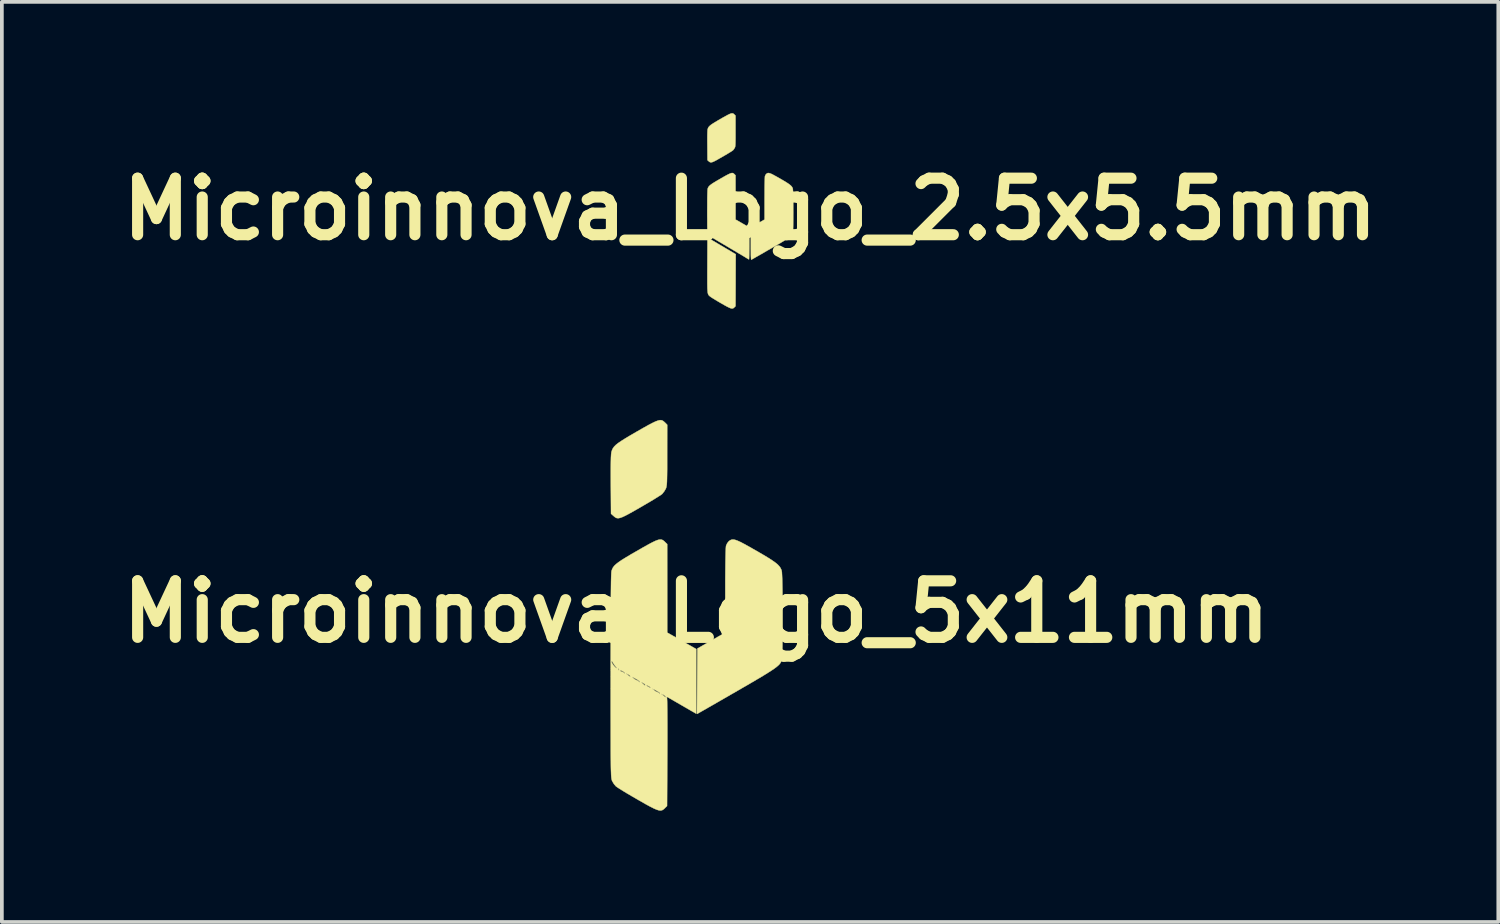
<source format=kicad_pcb>
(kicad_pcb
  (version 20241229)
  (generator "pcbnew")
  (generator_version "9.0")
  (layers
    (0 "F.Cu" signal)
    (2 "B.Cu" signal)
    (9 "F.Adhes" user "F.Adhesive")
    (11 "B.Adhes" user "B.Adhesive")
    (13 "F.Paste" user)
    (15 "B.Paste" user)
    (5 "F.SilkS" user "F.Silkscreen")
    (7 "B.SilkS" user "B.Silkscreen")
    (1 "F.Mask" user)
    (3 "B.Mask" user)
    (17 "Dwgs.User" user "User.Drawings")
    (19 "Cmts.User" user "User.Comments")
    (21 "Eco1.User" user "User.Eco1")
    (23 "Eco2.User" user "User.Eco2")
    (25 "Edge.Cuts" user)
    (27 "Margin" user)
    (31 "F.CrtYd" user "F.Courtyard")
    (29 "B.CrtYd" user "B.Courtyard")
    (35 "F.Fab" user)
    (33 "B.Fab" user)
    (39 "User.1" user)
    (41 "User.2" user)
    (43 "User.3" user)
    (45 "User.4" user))
  (footprint "Microinnova_Logo_2.5x5.5mm"
    (layer "F.Cu")
    (at 17.17 2.588)
    (property "Reference" "Microinnova_Logo_2.5x5.5mm" (at 0 0 0) (layer "F.SilkS") (effects (font (size 1.524 1.524) (thickness 0.3))))
    (attr through_hole)
    (fp_poly (pts (xy -0.767 0.991) (xy -0.386 1.216) (xy -0.387 1.264) (xy -0.387 1.283) (xy -0.387 1.321) (xy -0.387 1.377) (xy -0.388 1.447) (xy -0.388 1.531) (xy -0.388 1.626) (xy -0.389 1.731) (xy -0.389 1.842) (xy -0.389 1.959) (xy -0.389 1.964) (xy -0.392 2.616) (xy -0.423 2.647) (xy -0.44 2.663) (xy -0.457 2.673) (xy -0.476 2.678) (xy -0.5 2.677) (xy -0.53 2.669) (xy -0.569 2.652) (xy -0.618 2.628) (xy -0.68 2.594) (xy -0.757 2.55) (xy -0.794 2.529) (xy -0.863 2.489) (xy -0.928 2.45) (xy -0.985 2.415) (xy -1.033 2.385) (xy -1.067 2.362) (xy -1.087 2.347) (xy -1.087 2.347) (xy -1.1 2.335) (xy -1.111 2.324) (xy -1.12 2.311) (xy -1.128 2.297) (xy -1.134 2.279) (xy -1.14 2.256) (xy -1.144 2.225) (xy -1.147 2.187) (xy -1.15 2.138) (xy -1.151 2.078) (xy -1.152 2.005) (xy -1.152 1.917) (xy -1.152 1.813) (xy -1.152 1.692) (xy -1.151 1.552) (xy -1.151 1.497) (xy -1.148 0.766) (xy -0.767 0.991)) (stroke (width 0.01) (type solid)) (fill yes) (layer "F.SilkS"))
    (fp_poly (pts (xy -0.467 -2.581) (xy -0.449 -2.574) (xy -0.433 -2.561) (xy -0.423 -2.551) (xy -0.392 -2.52) (xy -0.392 -2.11) (xy -0.392 -2.005) (xy -0.392 -1.918) (xy -0.393 -1.849) (xy -0.394 -1.795) (xy -0.395 -1.753) (xy -0.397 -1.721) (xy -0.4 -1.697) (xy -0.403 -1.68) (xy -0.407 -1.666) (xy -0.412 -1.656) (xy -0.432 -1.622) (xy -0.457 -1.591) (xy -0.462 -1.586) (xy -0.479 -1.574) (xy -0.511 -1.552) (xy -0.557 -1.524) (xy -0.613 -1.49) (xy -0.677 -1.452) (xy -0.745 -1.412) (xy -0.751 -1.409) (xy -0.834 -1.362) (xy -0.9 -1.324) (xy -0.953 -1.296) (xy -0.994 -1.277) (xy -1.026 -1.265) (xy -1.051 -1.261) (xy -1.071 -1.263) (xy -1.089 -1.271) (xy -1.106 -1.283) (xy -1.114 -1.29) (xy -1.148 -1.321) (xy -1.151 -1.716) (xy -1.152 -1.837) (xy -1.152 -1.937) (xy -1.151 -2.017) (xy -1.149 -2.079) (xy -1.147 -2.123) (xy -1.144 -2.15) (xy -1.142 -2.155) (xy -1.134 -2.181) (xy -1.123 -2.204) (xy -1.106 -2.226) (xy -1.083 -2.249) (xy -1.051 -2.275) (xy -1.008 -2.304) (xy -0.952 -2.339) (xy -0.882 -2.381) (xy -0.801 -2.428) (xy -0.716 -2.477) (xy -0.646 -2.515) (xy -0.591 -2.545) (xy -0.548 -2.565) (xy -0.514 -2.578) (xy -0.488 -2.583) (xy -0.467 -2.581)) (stroke (width 0.01) (type solid)) (fill yes) (layer "F.SilkS"))
    (fp_poly (pts (xy -0.467 -0.973) (xy -0.449 -0.965) (xy -0.433 -0.953) (xy -0.423 -0.943) (xy -0.392 -0.912) (xy -0.391 -0.316) (xy -0.391 0.28) (xy -0.206 0.386) (xy -0.021 0.491) (xy -0.021 0.923) (xy -0.021 1.016) (xy -0.022 1.102) (xy -0.023 1.18) (xy -0.024 1.246) (xy -0.025 1.298) (xy -0.027 1.334) (xy -0.028 1.353) (xy -0.029 1.355) (xy -0.041 1.349) (xy -0.066 1.335) (xy -0.099 1.315) (xy -0.105 1.312) (xy -0.127 1.298) (xy -0.166 1.274) (xy -0.219 1.242) (xy -0.284 1.204) (xy -0.358 1.16) (xy -0.44 1.111) (xy -0.528 1.059) (xy -0.612 1.009) (xy -0.7 0.957) (xy -0.783 0.908) (xy -0.858 0.864) (xy -0.923 0.825) (xy -0.978 0.792) (xy -1.02 0.766) (xy -1.047 0.749) (xy -1.058 0.742) (xy -1.058 0.742) (xy -1.071 0.731) (xy -1.087 0.721) (xy -1.104 0.704) (xy -1.122 0.672) (xy -1.132 0.651) (xy -1.137 0.637) (xy -1.141 0.623) (xy -1.144 0.606) (xy -1.147 0.586) (xy -1.149 0.559) (xy -1.151 0.524) (xy -1.152 0.48) (xy -1.153 0.424) (xy -1.153 0.354) (xy -1.153 0.269) (xy -1.154 0.166) (xy -1.154 0.044) (xy -1.154 0.041) (xy -1.153 -0.101) (xy -1.153 -0.222) (xy -1.152 -0.323) (xy -1.15 -0.405) (xy -1.148 -0.468) (xy -1.146 -0.514) (xy -1.143 -0.542) (xy -1.142 -0.551) (xy -1.133 -0.576) (xy -1.121 -0.598) (xy -1.104 -0.62) (xy -1.08 -0.643) (xy -1.047 -0.669) (xy -1.003 -0.699) (xy -0.946 -0.734) (xy -0.874 -0.777) (xy -0.801 -0.819) (xy -0.716 -0.868) (xy -0.646 -0.907) (xy -0.591 -0.936) (xy -0.548 -0.956) (xy -0.514 -0.969) (xy -0.488 -0.974) (xy -0.467 -0.973)) (stroke (width 0.01) (type solid)) (fill yes) (layer "F.SilkS"))
    (fp_poly (pts (xy 0.522 -0.97) (xy 0.554 -0.959) (xy 0.595 -0.941) (xy 0.647 -0.913) (xy 0.713 -0.877) (xy 0.795 -0.831) (xy 0.805 -0.825) (xy 0.893 -0.774) (xy 0.964 -0.731) (xy 1.021 -0.695) (xy 1.064 -0.664) (xy 1.097 -0.637) (xy 1.12 -0.613) (xy 1.137 -0.589) (xy 1.148 -0.564) (xy 1.152 -0.553) (xy 1.154 -0.533) (xy 1.157 -0.495) (xy 1.159 -0.44) (xy 1.161 -0.372) (xy 1.162 -0.292) (xy 1.163 -0.204) (xy 1.164 -0.109) (xy 1.164 -0.01) (xy 1.165 0.09) (xy 1.164 0.189) (xy 1.164 0.284) (xy 1.163 0.374) (xy 1.162 0.455) (xy 1.16 0.525) (xy 1.158 0.582) (xy 1.156 0.623) (xy 1.154 0.646) (xy 1.153 0.647) (xy 1.147 0.665) (xy 1.139 0.683) (xy 1.127 0.7) (xy 1.111 0.719) (xy 1.087 0.739) (xy 1.056 0.763) (xy 1.016 0.791) (xy 0.965 0.823) (xy 0.902 0.862) (xy 0.825 0.908) (xy 0.734 0.961) (xy 0.626 1.024) (xy 0.557 1.064) (xy 0.462 1.118) (xy 0.373 1.17) (xy 0.29 1.218) (xy 0.216 1.26) (xy 0.152 1.296) (xy 0.101 1.326) (xy 0.063 1.347) (xy 0.041 1.359) (xy 0.036 1.362) (xy 0.032 1.361) (xy 0.029 1.353) (xy 0.027 1.337) (xy 0.025 1.311) (xy 0.023 1.274) (xy 0.022 1.223) (xy 0.022 1.156) (xy 0.021 1.073) (xy 0.021 0.971) (xy 0.021 0.93) (xy 0.021 0.492) (xy 0.206 0.386) (xy 0.391 0.28) (xy 0.391 -0.286) (xy 0.392 -0.42) (xy 0.392 -0.539) (xy 0.393 -0.643) (xy 0.395 -0.73) (xy 0.397 -0.8) (xy 0.399 -0.851) (xy 0.401 -0.883) (xy 0.403 -0.891) (xy 0.417 -0.924) (xy 0.439 -0.95) (xy 0.441 -0.952) (xy 0.459 -0.964) (xy 0.476 -0.972) (xy 0.497 -0.974) (xy 0.522 -0.97)) (stroke (width 0.01) (type solid)) (fill yes) (layer "F.SilkS")))
  (footprint "Microinnova_Logo_5x11mm"
    (layer "F.Cu")
    (at 15.719 13.442)
    (property "Reference" "Microinnova_Logo_5x11mm" (at 0 0 0) (layer "F.SilkS") (effects (font (size 1.524 1.524) (thickness 0.3))))
    (attr through_hole)
    (fp_poly (pts (xy -0.934 -5.163) (xy -0.899 -5.148) (xy -0.866 -5.122) (xy -0.845 -5.103) (xy -0.783 -5.041) (xy -0.784 -4.219) (xy -0.784 -4.009) (xy -0.784 -3.837) (xy -0.786 -3.699) (xy -0.788 -3.589) (xy -0.79 -3.505) (xy -0.794 -3.442) (xy -0.8 -3.395) (xy -0.806 -3.36) (xy -0.815 -3.332) (xy -0.823 -3.313) (xy -0.864 -3.244) (xy -0.913 -3.182) (xy -0.923 -3.172) (xy -0.957 -3.147) (xy -1.023 -3.105) (xy -1.114 -3.048) (xy -1.226 -2.98) (xy -1.354 -2.905) (xy -1.491 -2.825) (xy -1.503 -2.818) (xy -1.668 -2.723) (xy -1.801 -2.649) (xy -1.906 -2.593) (xy -1.989 -2.554) (xy -2.053 -2.531) (xy -2.103 -2.522) (xy -2.143 -2.526) (xy -2.177 -2.541) (xy -2.212 -2.567) (xy -2.227 -2.581) (xy -2.297 -2.642) (xy -2.303 -3.433) (xy -2.304 -3.673) (xy -2.304 -3.873) (xy -2.302 -4.034) (xy -2.299 -4.158) (xy -2.294 -4.247) (xy -2.287 -4.301) (xy -2.285 -4.31) (xy -2.268 -4.361) (xy -2.245 -4.408) (xy -2.213 -4.452) (xy -2.166 -4.499) (xy -2.102 -4.55) (xy -2.016 -4.608) (xy -1.905 -4.678) (xy -1.764 -4.762) (xy -1.602 -4.856) (xy -1.431 -4.954) (xy -1.293 -5.031) (xy -1.182 -5.089) (xy -1.096 -5.13) (xy -1.028 -5.155) (xy -0.976 -5.166) (xy -0.934 -5.163)) (stroke (width 0.01) (type solid)) (fill yes) (layer "F.SilkS"))
    (fp_poly (pts (xy 1.044 -1.94) (xy 1.108 -1.918) (xy 1.19 -1.881) (xy 1.294 -1.827) (xy 1.426 -1.754) (xy 1.589 -1.661) (xy 1.609 -1.65) (xy 1.785 -1.548) (xy 1.928 -1.462) (xy 2.041 -1.39) (xy 2.128 -1.329) (xy 2.194 -1.275) (xy 2.241 -1.225) (xy 2.274 -1.177) (xy 2.296 -1.128) (xy 2.303 -1.105) (xy 2.309 -1.066) (xy 2.313 -0.989) (xy 2.318 -0.88) (xy 2.321 -0.744) (xy 2.324 -0.584) (xy 2.326 -0.408) (xy 2.328 -0.218) (xy 2.329 -0.021) (xy 2.329 0.179) (xy 2.329 0.378) (xy 2.328 0.569) (xy 2.326 0.748) (xy 2.324 0.91) (xy 2.321 1.05) (xy 2.317 1.164) (xy 2.313 1.246) (xy 2.307 1.291) (xy 2.307 1.294) (xy 2.295 1.331) (xy 2.278 1.366) (xy 2.255 1.401) (xy 2.221 1.438) (xy 2.174 1.479) (xy 2.111 1.527) (xy 2.03 1.582) (xy 1.927 1.648) (xy 1.801 1.726) (xy 1.647 1.817) (xy 1.464 1.925) (xy 1.248 2.05) (xy 1.122 2.123) (xy 0.932 2.232) (xy 0.752 2.336) (xy 0.585 2.432) (xy 0.436 2.518) (xy 0.307 2.592) (xy 0.202 2.652) (xy 0.125 2.696) (xy 0.079 2.722) (xy 0.069 2.728) (xy 0.021 2.753) (xy 0.032 0.991) (xy 0.407 0.776) (xy 0.782 0.561) (xy 0.783 -0.572) (xy 0.783 -0.839) (xy 0.785 -1.078) (xy 0.787 -1.286) (xy 0.79 -1.46) (xy 0.793 -1.6) (xy 0.797 -1.702) (xy 0.802 -1.765) (xy 0.805 -1.782) (xy 0.835 -1.847) (xy 0.877 -1.9) (xy 0.882 -1.904) (xy 0.917 -1.929) (xy 0.953 -1.944) (xy 0.994 -1.948) (xy 1.044 -1.94)) (stroke (width 0.01) (type solid)) (fill yes) (layer "F.SilkS"))
    (fp_poly (pts (xy -0.934 -1.945) (xy -0.899 -1.93) (xy -0.866 -1.905) (xy -0.845 -1.885) (xy -0.783 -1.824) (xy -0.782 -0.631) (xy -0.782 0.561) (xy -0.391 0.783) (xy -0.000346 1.005) (xy -0.000173 1.877) (xy 0 2.748) (xy -0.312 2.568) (xy -0.423 2.503) (xy -0.529 2.442) (xy -0.62 2.389) (xy -0.689 2.349) (xy -0.717 2.333) (xy -0.77 2.303) (xy -0.794 2.295) (xy -0.796 2.306) (xy -0.791 2.319) (xy -0.787 2.348) (xy -0.784 2.415) (xy -0.782 2.519) (xy -0.78 2.655) (xy -0.779 2.821) (xy -0.778 3.014) (xy -0.778 3.231) (xy -0.778 3.468) (xy -0.779 3.723) (xy -0.779 3.797) (xy -0.787 5.235) (xy -0.847 5.295) (xy -0.881 5.326) (xy -0.915 5.347) (xy -0.954 5.357) (xy -1.002 5.354) (xy -1.062 5.336) (xy -1.14 5.303) (xy -1.239 5.253) (xy -1.364 5.185) (xy -1.52 5.096) (xy -1.588 5.057) (xy -1.726 4.977) (xy -1.854 4.902) (xy -1.968 4.833) (xy -2.061 4.775) (xy -2.129 4.731) (xy -2.166 4.704) (xy -2.167 4.703) (xy -2.216 4.646) (xy -2.259 4.575) (xy -2.268 4.559) (xy -2.273 4.545) (xy -2.278 4.528) (xy -2.283 4.506) (xy -2.287 4.478) (xy -2.291 4.439) (xy -2.294 4.39) (xy -2.296 4.326) (xy -2.299 4.247) (xy -2.301 4.149) (xy -2.302 4.031) (xy -2.304 3.89) (xy -2.305 3.725) (xy -2.305 3.532) (xy -2.306 3.31) (xy -2.306 3.057) (xy -2.307 2.77) (xy -2.307 2.447) (xy -2.307 2.086) (xy -2.307 2.074) (xy -1.182 2.074) (xy -1.175 2.082) (xy -1.133 2.116) (xy -1.11 2.135) (xy -1.072 2.156) (xy -1.041 2.168) (xy -1.005 2.189) (xy -0.995 2.206) (xy -0.986 2.219) (xy -0.98 2.215) (xy -0.98 2.214) (xy -0.942 2.214) (xy -0.921 2.231) (xy -0.879 2.264) (xy -0.857 2.284) (xy -0.833 2.305) (xy -0.826 2.294) (xy -0.826 2.287) (xy -0.843 2.265) (xy -0.885 2.237) (xy -0.894 2.233) (xy -0.935 2.214) (xy -0.942 2.214) (xy -0.98 2.214) (xy -0.979 2.19) (xy -0.986 2.183) (xy -1.014 2.163) (xy -1.067 2.132) (xy -1.111 2.107) (xy -1.16 2.082) (xy -1.182 2.074) (xy -2.307 2.074) (xy -2.307 1.756) (xy -1.732 1.756) (xy -1.725 1.765) (xy -1.683 1.798) (xy -1.66 1.817) (xy -1.622 1.839) (xy -1.591 1.851) (xy -1.555 1.871) (xy -1.545 1.889) (xy -1.536 1.901) (xy -1.531 1.898) (xy -1.531 1.897) (xy -1.492 1.897) (xy -1.471 1.914) (xy -1.43 1.947) (xy -1.408 1.967) (xy -1.383 1.987) (xy -1.379 1.98) (xy -1.353 1.98) (xy -1.332 1.999) (xy -1.296 2.02) (xy -1.251 2.044) (xy -1.232 2.051) (xy -1.228 2.046) (xy -1.228 2.043) (xy -1.244 2.028) (xy -1.285 2.003) (xy -1.291 2) (xy -1.339 1.979) (xy -1.353 1.98) (xy -1.379 1.98) (xy -1.376 1.976) (xy -1.376 1.969) (xy -1.393 1.947) (xy -1.435 1.92) (xy -1.445 1.915) (xy -1.486 1.896) (xy -1.492 1.897) (xy -1.531 1.897) (xy -1.53 1.873) (xy -1.536 1.865) (xy -1.565 1.846) (xy -1.617 1.814) (xy -1.662 1.789) (xy -1.71 1.764) (xy -1.732 1.756) (xy -2.307 1.756) (xy -2.307 1.724) (xy -2.307 1.585) (xy -2.053 1.585) (xy -2.035 1.604) (xy -2 1.617) (xy -1.961 1.634) (xy -1.947 1.651) (xy -1.939 1.672) (xy -1.937 1.672) (xy -1.931 1.664) (xy -1.894 1.664) (xy -1.873 1.681) (xy -1.832 1.714) (xy -1.81 1.734) (xy -1.785 1.754) (xy -1.778 1.743) (xy -1.778 1.736) (xy -1.795 1.714) (xy -1.838 1.687) (xy -1.847 1.682) (xy -1.888 1.663) (xy -1.894 1.664) (xy -1.931 1.664) (xy -1.926 1.656) (xy -1.926 1.652) (xy -1.943 1.629) (xy -1.984 1.601) (xy -1.99 1.598) (xy -2.032 1.581) (xy -2.053 1.582) (xy -2.053 1.585) (xy -2.307 1.585) (xy -2.307 1.526) (xy -2.111 1.526) (xy -2.106 1.547) (xy -2.105 1.551) (xy -2.088 1.577) (xy -2.078 1.577) (xy -2.081 1.555) (xy -2.093 1.54) (xy -2.111 1.526) (xy -2.307 1.526) (xy -2.307 1.336) (xy -2.285 1.336) (xy -2.273 1.376) (xy -2.241 1.428) (xy -2.2 1.479) (xy -2.16 1.515) (xy -2.139 1.524) (xy -2.145 1.511) (xy -2.172 1.478) (xy -2.174 1.476) (xy -2.216 1.422) (xy -2.251 1.365) (xy -2.273 1.331) (xy -2.285 1.331) (xy -2.285 1.336) (xy -2.307 1.336) (xy -2.307 1.288) (xy -2.306 0.893) (xy -2.306 0.537) (xy -2.305 0.22) (xy -2.304 -0.059) (xy -2.302 -0.302) (xy -2.3 -0.511) (xy -2.298 -0.686) (xy -2.296 -0.829) (xy -2.293 -0.941) (xy -2.29 -1.023) (xy -2.287 -1.077) (xy -2.283 -1.103) (xy -2.265 -1.152) (xy -2.242 -1.197) (xy -2.208 -1.241) (xy -2.159 -1.287) (xy -2.093 -1.338) (xy -2.005 -1.398) (xy -1.89 -1.469) (xy -1.746 -1.555) (xy -1.601 -1.638) (xy -1.431 -1.736) (xy -1.293 -1.813) (xy -1.182 -1.872) (xy -1.096 -1.913) (xy -1.028 -1.938) (xy -0.976 -1.948) (xy -0.934 -1.945)) (stroke (width 0.01) (type solid)) (fill yes) (layer "F.SilkS")))
  (gr_rect
    (start -3 -3)
    (end 37.341 21.804)
    (stroke (width 0.1) (type default))
    (fill no)
    (layer "Edge.Cuts")))
</source>
